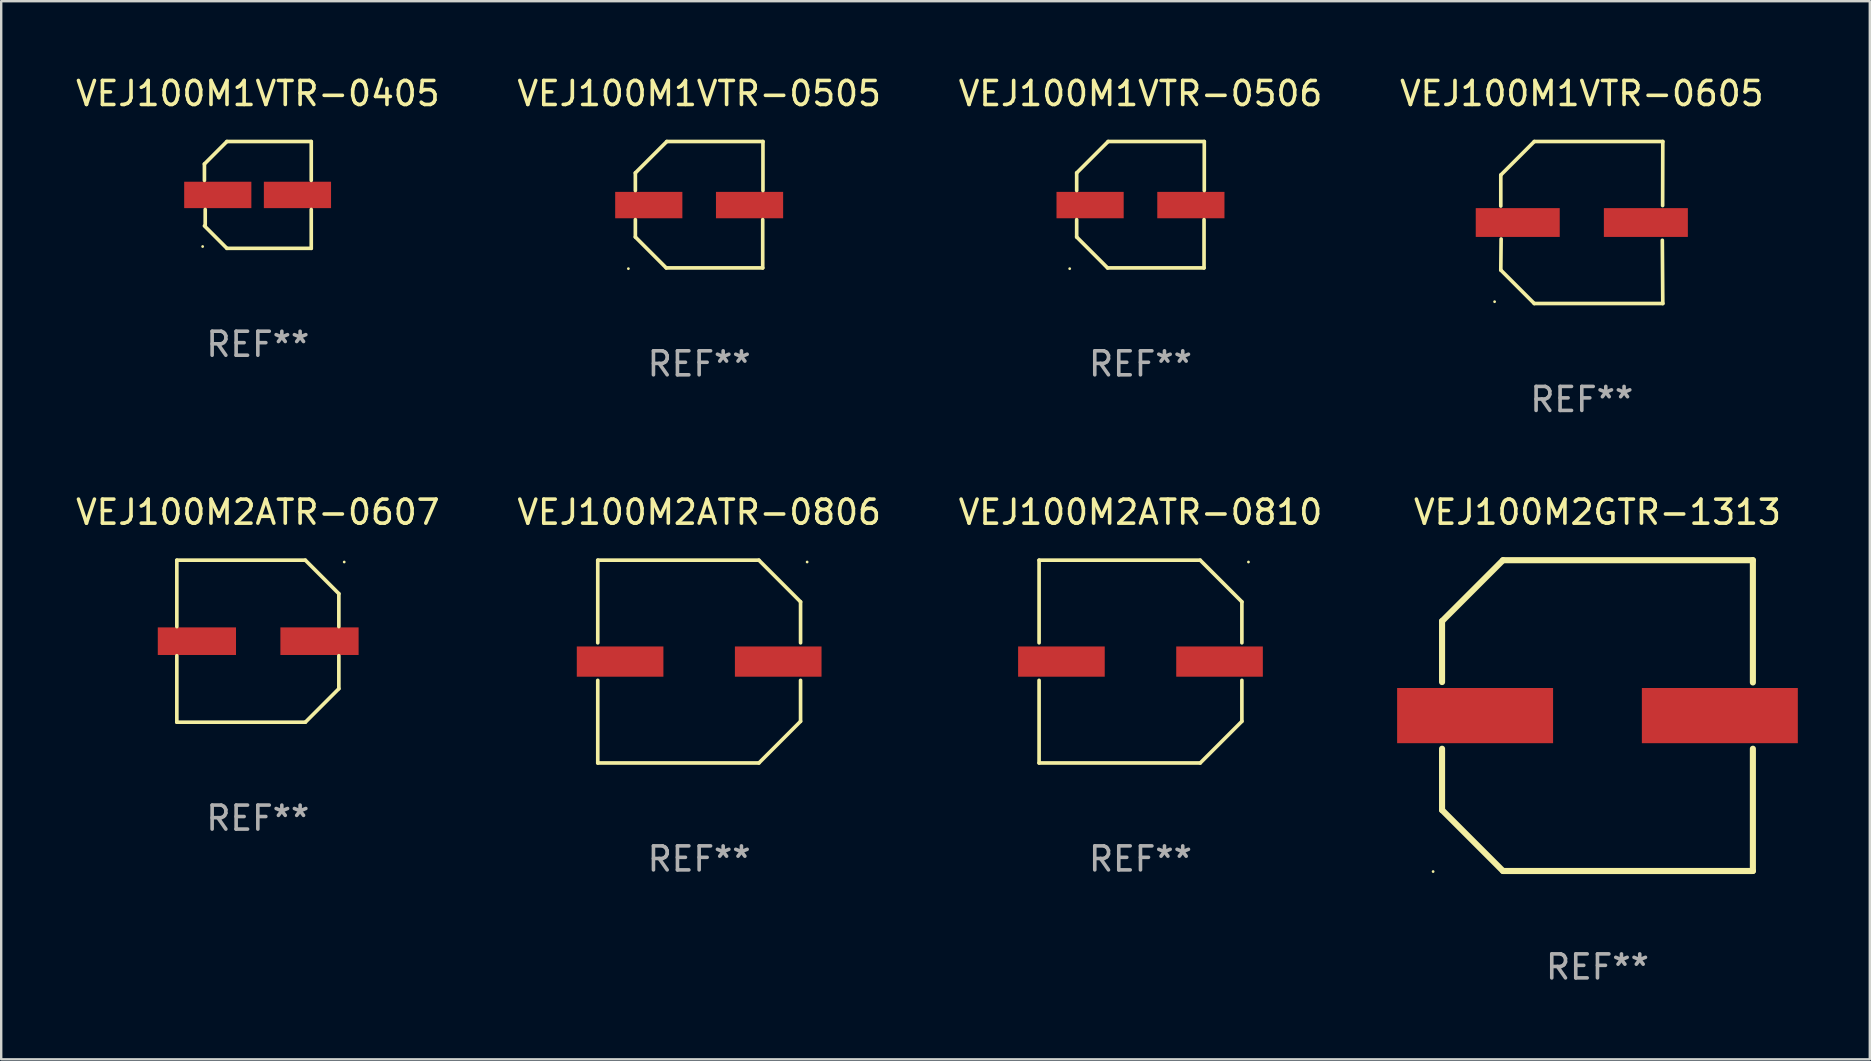
<source format=kicad_pcb>
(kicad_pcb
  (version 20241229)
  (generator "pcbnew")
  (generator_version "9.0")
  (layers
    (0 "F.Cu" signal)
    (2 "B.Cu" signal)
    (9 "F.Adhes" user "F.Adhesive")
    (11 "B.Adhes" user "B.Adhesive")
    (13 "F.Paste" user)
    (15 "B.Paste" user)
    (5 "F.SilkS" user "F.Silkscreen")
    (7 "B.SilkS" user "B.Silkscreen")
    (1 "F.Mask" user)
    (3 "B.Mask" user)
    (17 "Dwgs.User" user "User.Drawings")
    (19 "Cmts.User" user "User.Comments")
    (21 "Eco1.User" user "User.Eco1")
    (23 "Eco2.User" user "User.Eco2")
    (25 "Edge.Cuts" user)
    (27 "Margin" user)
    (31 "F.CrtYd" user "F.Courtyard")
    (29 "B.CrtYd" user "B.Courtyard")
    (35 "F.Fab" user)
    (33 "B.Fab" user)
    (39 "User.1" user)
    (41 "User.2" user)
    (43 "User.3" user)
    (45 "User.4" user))
  (footprint "VEJ100M1VTR-0605"
    (layer "F.Cu")
    (at 62.875 6.224)
    (property "Reference" "VEJ100M1VTR-0605" (at 0 -5.376 0) (layer "F.SilkS") (effects (font (size 1 1) (thickness 0.15))))
    (attr through_hole)
    (fp_line (start -3.376 -1.98) (end -3.376 -0.686) (stroke (width 0.152) (type solid)) (layer "F.SilkS"))
    (fp_line (start -3.376 1.981) (end -3.362 0.686) (stroke (width 0.152) (type solid)) (layer "F.SilkS"))
    (fp_line (start -1.981 3.376) (end -3.376 1.981) (stroke (width 0.152) (type solid)) (layer "F.SilkS"))
    (fp_line (start -1.98 -3.376) (end -3.376 -1.98) (stroke (width 0.152) (type solid)) (layer "F.SilkS"))
    (fp_line (start 3.356 0.74) (end 3.376 3.376) (stroke (width 0.152) (type solid)) (layer "F.SilkS"))
    (fp_line (start 3.369 -0.707) (end 3.376 -3.376) (stroke (width 0.152) (type solid)) (layer "F.SilkS"))
    (fp_line (start 3.376 3.376) (end -1.981 3.376) (stroke (width 0.152) (type solid)) (layer "F.SilkS"))
    (fp_line (start 3.376 -3.376) (end -1.98 -3.376) (stroke (width 0.152) (type solid)) (layer "F.SilkS"))
    (fp_circle (center -3.634 3.3) (end -3.604 3.3) (stroke (width 0.06) (type solid)) (fill no) (layer "F.SilkS"))
    (fp_text user "REF**" (at 0 7.376 0) (layer "F.Fab") (effects (font (size 1 1) (thickness 0.15))))
    (pad "1" smd rect (at -2.67 0.000254) (size 3.5 1.2) (layers "F.Cu" "F.Mask" "F.Paste"))
    (pad "2" smd rect (at 2.67 0.000254) (size 3.5 1.2) (layers "F.Cu" "F.Mask" "F.Paste")))
  (footprint "VEJ100M1VTR-0506"
    (layer "F.Cu")
    (at 44.482 5.482)
    (property "Reference" "VEJ100M1VTR-0506" (at 0 -4.634 0) (layer "F.SilkS") (effects (font (size 1 1) (thickness 0.15))))
    (attr through_hole)
    (fp_line (start -2.659 -1.326) (end -2.659 -0.592) (stroke (width 0.152) (type solid)) (layer "F.SilkS"))
    (fp_line (start -2.659 1.346) (end -2.659 0.622) (stroke (width 0.152) (type solid)) (layer "F.SilkS"))
    (fp_line (start -1.372 2.634) (end -2.659 1.346) (stroke (width 0.152) (type solid)) (layer "F.SilkS"))
    (fp_line (start -1.349 -2.634) (end -2.659 -1.326) (stroke (width 0.152) (type solid)) (layer "F.SilkS"))
    (fp_line (start 2.649 0.622) (end 2.649 2.634) (stroke (width 0.152) (type solid)) (layer "F.SilkS"))
    (fp_line (start 2.649 2.634) (end -1.372 2.634) (stroke (width 0.152) (type solid)) (layer "F.SilkS"))
    (fp_line (start 2.659 -2.634) (end -1.349 -2.634) (stroke (width 0.152) (type solid)) (layer "F.SilkS"))
    (fp_line (start 2.659 -0.592) (end 2.659 -2.634) (stroke (width 0.152) (type solid)) (layer "F.SilkS"))
    (fp_circle (center -2.95 2.665) (end -2.92 2.665) (stroke (width 0.06) (type solid)) (fill no) (layer "F.SilkS"))
    (fp_text user "REF**" (at 0 6.634 0) (layer "F.Fab") (effects (font (size 1 1) (thickness 0.15))))
    (pad "1" smd rect (at -2.1 0.015) (size 2.8 1.1) (layers "F.Cu" "F.Mask" "F.Paste"))
    (pad "2" smd rect (at 2.1 0.015) (size 2.8 1.1) (layers "F.Cu" "F.Mask" "F.Paste")))
  (footprint "VEJ100M2ATR-0806"
    (layer "F.Cu")
    (at 26.089 24.523)
    (property "Reference" "VEJ100M2ATR-0806" (at 0 -6.226 0) (layer "F.SilkS") (effects (font (size 1 1) (thickness 0.15))))
    (attr through_hole)
    (fp_line (start -4.226 -4.226) (end 2.49 -4.226) (stroke (width 0.152) (type solid)) (layer "F.SilkS"))
    (fp_line (start -4.226 -0.782) (end -4.226 -4.226) (stroke (width 0.152) (type solid)) (layer "F.SilkS"))
    (fp_line (start -4.226 0.782) (end -4.226 4.226) (stroke (width 0.152) (type solid)) (layer "F.SilkS"))
    (fp_line (start -4.226 4.226) (end 2.49 4.226) (stroke (width 0.152) (type solid)) (layer "F.SilkS"))
    (fp_line (start 2.49 -4.226) (end 4.226 -2.49) (stroke (width 0.152) (type solid)) (layer "F.SilkS"))
    (fp_line (start 2.49 4.226) (end 4.226 2.49) (stroke (width 0.152) (type solid)) (layer "F.SilkS"))
    (fp_line (start 4.226 -2.49) (end 4.226 -0.782) (stroke (width 0.152) (type solid)) (layer "F.SilkS"))
    (fp_line (start 4.226 2.49) (end 4.226 0.782) (stroke (width 0.152) (type solid)) (layer "F.SilkS"))
    (fp_circle (center 4.5 -4.15) (end 4.53 -4.15) (stroke (width 0.06) (type solid)) (fill no) (layer "F.SilkS"))
    (fp_text user "REF**" (at 0 8.226 0) (layer "F.Fab") (effects (font (size 1 1) (thickness 0.15))))
    (pad "1" smd rect (at 3.295 0 180) (size 3.61 1.26) (layers "F.Cu" "F.Mask" "F.Paste"))
    (pad "2" smd rect (at -3.295 0 180) (size 3.61 1.26) (layers "F.Cu" "F.Mask" "F.Paste")))
  (footprint "VEJ100M1VTR-0405"
    (layer "F.Cu")
    (at 7.696 5.074)
    (property "Reference" "VEJ100M1VTR-0405" (at 0 -4.226 0) (layer "F.SilkS") (effects (font (size 1 1) (thickness 0.15))))
    (attr through_hole)
    (fp_line (start -2.226 -1.29) (end -2.226 -0.607) (stroke (width 0.152) (type solid)) (layer "F.SilkS"))
    (fp_line (start -2.193 1.29) (end -2.193 0.607) (stroke (width 0.152) (type solid)) (layer "F.SilkS"))
    (fp_line (start -1.29 2.226) (end -2.226 1.29) (stroke (width 0.152) (type solid)) (layer "F.SilkS"))
    (fp_line (start -1.29 -2.226) (end -2.226 -1.29) (stroke (width 0.152) (type solid)) (layer "F.SilkS"))
    (fp_line (start 2.226 -2.226) (end -1.29 -2.226) (stroke (width 0.152) (type solid)) (layer "F.SilkS"))
    (fp_line (start 2.226 -0.607) (end 2.226 -2.226) (stroke (width 0.152) (type solid)) (layer "F.SilkS"))
    (fp_line (start 2.226 0.607) (end 2.226 2.226) (stroke (width 0.152) (type solid)) (layer "F.SilkS"))
    (fp_line (start 2.226 2.226) (end -1.29 2.226) (stroke (width 0.152) (type solid)) (layer "F.SilkS"))
    (fp_circle (center -2.3 2.15) (end -2.27 2.15) (stroke (width 0.06) (type solid)) (fill no) (layer "F.SilkS"))
    (fp_text user "REF**" (at 0 6.226 0) (layer "F.Fab") (effects (font (size 1 1) (thickness 0.15))))
    (pad "1" smd rect (at -1.67 -0.000025) (size 2.8 1.1) (layers "F.Cu" "F.Mask" "F.Paste"))
    (pad "2" smd rect (at 1.651 -0.000025) (size 2.8 1.1) (layers "F.Cu" "F.Mask" "F.Paste")))
  (footprint "VEJ100M2ATR-0607"
    (layer "F.Cu")
    (at 7.696 23.673)
    (property "Reference" "VEJ100M2ATR-0607" (at 0 -5.376 0) (layer "F.SilkS") (effects (font (size 1 1) (thickness 0.15))))
    (attr through_hole)
    (fp_line (start -3.376 -3.376) (end 1.98 -3.376) (stroke (width 0.152) (type solid)) (layer "F.SilkS"))
    (fp_line (start -3.376 -0.607) (end -3.376 -3.376) (stroke (width 0.152) (type solid)) (layer "F.SilkS"))
    (fp_line (start -3.376 0.607) (end -3.376 3.376) (stroke (width 0.152) (type solid)) (layer "F.SilkS"))
    (fp_line (start -3.376 3.376) (end 1.98 3.376) (stroke (width 0.152) (type solid)) (layer "F.SilkS"))
    (fp_line (start 1.98 -3.376) (end 3.376 -1.98) (stroke (width 0.152) (type solid)) (layer "F.SilkS"))
    (fp_line (start 1.98 3.376) (end 3.376 1.98) (stroke (width 0.152) (type solid)) (layer "F.SilkS"))
    (fp_line (start 3.376 -1.98) (end 3.376 -0.607) (stroke (width 0.152) (type solid)) (layer "F.SilkS"))
    (fp_line (start 3.376 1.98) (end 3.376 0.607) (stroke (width 0.152) (type solid)) (layer "F.SilkS"))
    (fp_circle (center 3.6 -3.3) (end 3.63 -3.3) (stroke (width 0.06) (type solid)) (fill no) (layer "F.SilkS"))
    (fp_text user "REF**" (at 0 7.376 0) (layer "F.Fab") (effects (font (size 1 1) (thickness 0.15))))
    (pad "1" smd rect (at 2.57 0 180) (size 3.26 1.15) (layers "F.Cu" "F.Mask" "F.Paste"))
    (pad "2" smd rect (at -2.54 0 180) (size 3.26 1.15) (layers "F.Cu" "F.Mask" "F.Paste")))
  (footprint "VEJ100M1VTR-0505"
    (layer "F.Cu")
    (at 26.089 5.482)
    (property "Reference" "VEJ100M1VTR-0505" (at 0 -4.634 0) (layer "F.SilkS") (effects (font (size 1 1) (thickness 0.15))))
    (attr through_hole)
    (fp_line (start -2.659 -1.326) (end -2.659 -0.592) (stroke (width 0.152) (type solid)) (layer "F.SilkS"))
    (fp_line (start -2.659 1.346) (end -2.659 0.622) (stroke (width 0.152) (type solid)) (layer "F.SilkS"))
    (fp_line (start -1.372 2.634) (end -2.659 1.346) (stroke (width 0.152) (type solid)) (layer "F.SilkS"))
    (fp_line (start -1.349 -2.634) (end -2.659 -1.326) (stroke (width 0.152) (type solid)) (layer "F.SilkS"))
    (fp_line (start 2.649 0.622) (end 2.649 2.634) (stroke (width 0.152) (type solid)) (layer "F.SilkS"))
    (fp_line (start 2.649 2.634) (end -1.372 2.634) (stroke (width 0.152) (type solid)) (layer "F.SilkS"))
    (fp_line (start 2.659 -2.634) (end -1.349 -2.634) (stroke (width 0.152) (type solid)) (layer "F.SilkS"))
    (fp_line (start 2.659 -0.592) (end 2.659 -2.634) (stroke (width 0.152) (type solid)) (layer "F.SilkS"))
    (fp_circle (center -2.95 2.665) (end -2.92 2.665) (stroke (width 0.06) (type solid)) (fill no) (layer "F.SilkS"))
    (fp_text user "REF**" (at 0 6.634 0) (layer "F.Fab") (effects (font (size 1 1) (thickness 0.15))))
    (pad "1" smd rect (at -2.1 0.015) (size 2.8 1.1) (layers "F.Cu" "F.Mask" "F.Paste"))
    (pad "2" smd rect (at 2.1 0.015) (size 2.8 1.1) (layers "F.Cu" "F.Mask" "F.Paste")))
  (footprint "VEJ100M2ATR-0810"
    (layer "F.Cu")
    (at 44.482 24.523)
    (property "Reference" "VEJ100M2ATR-0810" (at 0 -6.226 0) (layer "F.SilkS") (effects (font (size 1 1) (thickness 0.15))))
    (attr through_hole)
    (fp_line (start -4.226 -4.226) (end 2.49 -4.226) (stroke (width 0.152) (type solid)) (layer "F.SilkS"))
    (fp_line (start -4.226 -0.782) (end -4.226 -4.226) (stroke (width 0.152) (type solid)) (layer "F.SilkS"))
    (fp_line (start -4.226 0.782) (end -4.226 4.226) (stroke (width 0.152) (type solid)) (layer "F.SilkS"))
    (fp_line (start -4.226 4.226) (end 2.49 4.226) (stroke (width 0.152) (type solid)) (layer "F.SilkS"))
    (fp_line (start 2.49 -4.226) (end 4.226 -2.49) (stroke (width 0.152) (type solid)) (layer "F.SilkS"))
    (fp_line (start 2.49 4.226) (end 4.226 2.49) (stroke (width 0.152) (type solid)) (layer "F.SilkS"))
    (fp_line (start 4.226 -2.49) (end 4.226 -0.782) (stroke (width 0.152) (type solid)) (layer "F.SilkS"))
    (fp_line (start 4.226 2.49) (end 4.226 0.782) (stroke (width 0.152) (type solid)) (layer "F.SilkS"))
    (fp_circle (center 4.5 -4.15) (end 4.53 -4.15) (stroke (width 0.06) (type solid)) (fill no) (layer "F.SilkS"))
    (fp_text user "REF**" (at 0 8.226 0) (layer "F.Fab") (effects (font (size 1 1) (thickness 0.15))))
    (pad "1" smd rect (at 3.295 0 180) (size 3.61 1.26) (layers "F.Cu" "F.Mask" "F.Paste"))
    (pad "2" smd rect (at -3.295 0 180) (size 3.61 1.26) (layers "F.Cu" "F.Mask" "F.Paste")))
  (footprint "VEJ100M2GTR-1313"
    (layer "F.Cu")
    (at 63.528 26.774)
    (property "Reference" "VEJ100M2GTR-1313" (at 0 -8.477 0) (layer "F.SilkS") (effects (font (size 1 1) (thickness 0.15))))
    (attr through_hole)
    (fp_line (start -6.477 -3.937) (end -6.477 -1.397) (stroke (width 0.254) (type solid)) (layer "F.SilkS"))
    (fp_line (start -6.477 1.381) (end -6.477 3.937) (stroke (width 0.254) (type solid)) (layer "F.SilkS"))
    (fp_line (start -6.477 3.937) (end -3.937 6.477) (stroke (width 0.254) (type solid)) (layer "F.SilkS"))
    (fp_line (start -3.937 -6.477) (end -6.477 -3.937) (stroke (width 0.254) (type solid)) (layer "F.SilkS"))
    (fp_line (start -3.937 6.477) (end 6.477 6.477) (stroke (width 0.254) (type solid)) (layer "F.SilkS"))
    (fp_line (start 6.477 -6.477) (end -3.937 -6.477) (stroke (width 0.254) (type solid)) (layer "F.SilkS"))
    (fp_line (start 6.477 -1.381) (end 6.477 -6.477) (stroke (width 0.254) (type solid)) (layer "F.SilkS"))
    (fp_line (start 6.477 6.477) (end 6.477 1.381) (stroke (width 0.254) (type solid)) (layer "F.SilkS"))
    (fp_circle (center -6.85 6.5) (end -6.82 6.5) (stroke (width 0.06) (type solid)) (fill no) (layer "F.SilkS"))
    (fp_text user "REF**" (at 0 10.477 0) (layer "F.Fab") (effects (font (size 1 1) (thickness 0.15))))
    (pad "1" smd rect (at -5.1 0) (size 6.5 2.3) (layers "F.Cu" "F.Mask" "F.Paste"))
    (pad "2" smd rect (at 5.1 0) (size 6.5 2.3) (layers "F.Cu" "F.Mask" "F.Paste")))
  (gr_rect
    (start -3 -3)
    (end 74.878 41.099)
    (stroke (width 0.1) (type default))
    (fill no)
    (layer "Edge.Cuts")))
</source>
